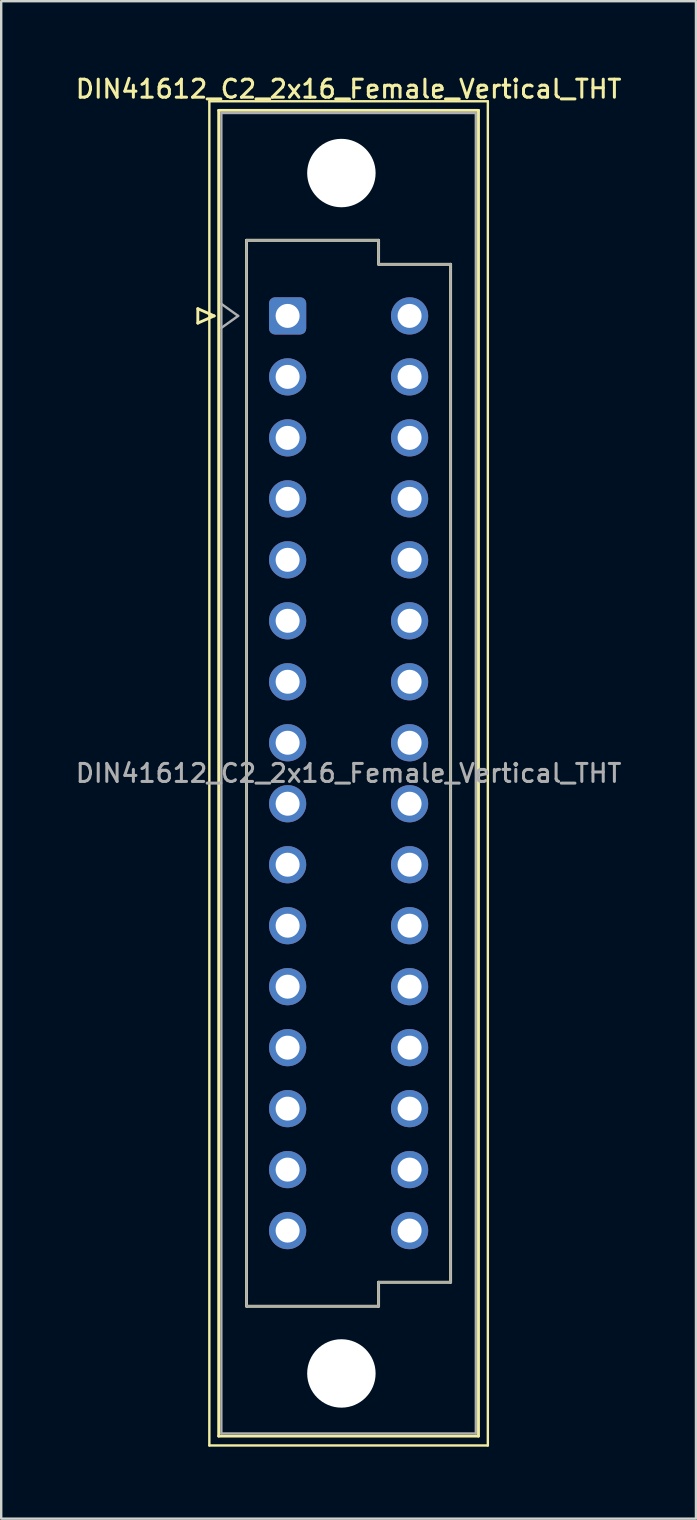
<source format=kicad_pcb>
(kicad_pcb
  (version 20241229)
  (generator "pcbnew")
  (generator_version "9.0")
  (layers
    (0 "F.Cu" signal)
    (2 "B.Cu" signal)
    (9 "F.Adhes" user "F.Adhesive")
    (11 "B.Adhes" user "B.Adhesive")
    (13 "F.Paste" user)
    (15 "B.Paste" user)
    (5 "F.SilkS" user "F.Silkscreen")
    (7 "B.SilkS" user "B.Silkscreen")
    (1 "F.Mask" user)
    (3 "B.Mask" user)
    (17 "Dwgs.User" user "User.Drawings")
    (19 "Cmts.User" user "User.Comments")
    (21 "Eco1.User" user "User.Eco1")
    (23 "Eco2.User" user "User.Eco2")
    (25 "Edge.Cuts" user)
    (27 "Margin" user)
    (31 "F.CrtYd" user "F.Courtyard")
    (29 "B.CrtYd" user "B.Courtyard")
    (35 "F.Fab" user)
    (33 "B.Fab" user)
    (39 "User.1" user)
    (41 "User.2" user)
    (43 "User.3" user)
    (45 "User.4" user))
  (footprint "DIN41612_C2_2x16_Female_Vertical_THT"
    (layer "F.Cu")
    (at 8.93 10.108)
    (property "Reference" "DIN41612_C2_2x16_Female_Vertical_THT" (at 2.54 -9.45 0) (layer "F.SilkS") (effects (font (size 0.75 0.75) (thickness 0.125))))
    (attr through_hole)
    (fp_line (start -3.74 -0.3) (end -3.74 0.3) (stroke (width 0.12) (type solid)) (layer "F.SilkS"))
    (fp_line (start -3.74 0.3) (end -3.06 0) (stroke (width 0.12) (type solid)) (layer "F.SilkS"))
    (fp_line (start -3.26 -8.94) (end 8.34 -8.94) (stroke (width 0.1) (type solid)) (layer "F.SilkS"))
    (fp_line (start -3.26 47.05) (end -3.26 -8.94) (stroke (width 0.1) (type solid)) (layer "F.SilkS"))
    (fp_line (start -3.06 0) (end -3.74 -0.3) (stroke (width 0.12) (type solid)) (layer "F.SilkS"))
    (fp_line (start -2.87 -8.56) (end 7.95 -8.56) (stroke (width 0.12) (type solid)) (layer "F.SilkS"))
    (fp_line (start -2.87 46.66) (end -2.87 -8.56) (stroke (width 0.12) (type solid)) (layer "F.SilkS"))
    (fp_line (start -1.71 -3.15) (end 3.79 -3.15) (stroke (width 0.12) (type solid)) (layer "F.SilkS"))
    (fp_line (start -1.71 41.25) (end -1.71 -3.15) (stroke (width 0.12) (type solid)) (layer "F.SilkS"))
    (fp_line (start 3.79 -3.15) (end 3.79 -2.15) (stroke (width 0.12) (type solid)) (layer "F.SilkS"))
    (fp_line (start 3.79 -2.15) (end 6.79 -2.15) (stroke (width 0.12) (type solid)) (layer "F.SilkS"))
    (fp_line (start 3.79 40.25) (end 3.79 41.25) (stroke (width 0.12) (type solid)) (layer "F.SilkS"))
    (fp_line (start 3.79 41.25) (end -1.71 41.25) (stroke (width 0.12) (type solid)) (layer "F.SilkS"))
    (fp_line (start 6.79 -2.15) (end 6.79 40.25) (stroke (width 0.12) (type solid)) (layer "F.SilkS"))
    (fp_line (start 6.79 40.25) (end 3.79 40.25) (stroke (width 0.12) (type solid)) (layer "F.SilkS"))
    (fp_line (start 7.95 -8.56) (end 7.95 46.66) (stroke (width 0.12) (type solid)) (layer "F.SilkS"))
    (fp_line (start 7.95 46.66) (end -2.87 46.66) (stroke (width 0.12) (type solid)) (layer "F.SilkS"))
    (fp_line (start 8.34 -8.94) (end 8.34 47.05) (stroke (width 0.1) (type solid)) (layer "F.SilkS"))
    (fp_line (start 8.34 47.05) (end -3.26 47.05) (stroke (width 0.1) (type solid)) (layer "F.SilkS"))
    (fp_line (start -2.76 -8.45) (end 7.84 -8.45) (stroke (width 0.1) (type solid)) (layer "F.Fab"))
    (fp_line (start -2.76 -0.5) (end -2.06 0) (stroke (width 0.1) (type solid)) (layer "F.Fab"))
    (fp_line (start -2.76 46.55) (end -2.76 -8.45) (stroke (width 0.1) (type solid)) (layer "F.Fab"))
    (fp_line (start -2.06 0) (end -2.76 0.5) (stroke (width 0.1) (type solid)) (layer "F.Fab"))
    (fp_line (start -1.71 -3.15) (end 3.79 -3.15) (stroke (width 0.1) (type solid)) (layer "F.Fab"))
    (fp_line (start -1.71 41.25) (end -1.71 -3.15) (stroke (width 0.1) (type solid)) (layer "F.Fab"))
    (fp_line (start 3.79 -3.15) (end 3.79 -2.15) (stroke (width 0.1) (type solid)) (layer "F.Fab"))
    (fp_line (start 3.79 -2.15) (end 6.79 -2.15) (stroke (width 0.1) (type solid)) (layer "F.Fab"))
    (fp_line (start 3.79 40.25) (end 3.79 41.25) (stroke (width 0.1) (type solid)) (layer "F.Fab"))
    (fp_line (start 3.79 41.25) (end -1.71 41.25) (stroke (width 0.1) (type solid)) (layer "F.Fab"))
    (fp_line (start 6.79 -2.15) (end 6.79 40.25) (stroke (width 0.1) (type solid)) (layer "F.Fab"))
    (fp_line (start 6.79 40.25) (end 3.79 40.25) (stroke (width 0.1) (type solid)) (layer "F.Fab"))
    (fp_line (start 7.84 -8.45) (end 7.84 46.55) (stroke (width 0.1) (type solid)) (layer "F.Fab"))
    (fp_line (start 7.84 46.55) (end -2.76 46.55) (stroke (width 0.1) (type solid)) (layer "F.Fab"))
    (fp_text user "${REFERENCE}" (at 2.54 19.05 0) (layer "F.Fab") (effects (font (size 0.75 0.75) (thickness 0.125))))
    (pad "" np_thru_hole circle (at 2.24 -5.95) (size 2.85 2.85) (drill 2.85) (layers "*.Cu" "*.Mask"))
    (pad "" np_thru_hole circle (at 2.24 44.05) (size 2.85 2.85) (drill 2.85) (layers "*.Cu" "*.Mask"))
    (pad "a1" thru_hole roundrect (at 0 0) (size 1.55 1.55) (drill 1) (layers "*.Cu" "*.Mask") (roundrect_rratio 0.161))
    (pad "a2" thru_hole circle (at 0 2.54) (size 1.55 1.55) (drill 1) (layers "*.Cu" "*.Mask"))
    (pad "a3" thru_hole circle (at 0 5.08) (size 1.55 1.55) (drill 1) (layers "*.Cu" "*.Mask"))
    (pad "a4" thru_hole circle (at 0 7.62) (size 1.55 1.55) (drill 1) (layers "*.Cu" "*.Mask"))
    (pad "a5" thru_hole circle (at 0 10.16) (size 1.55 1.55) (drill 1) (layers "*.Cu" "*.Mask"))
    (pad "a6" thru_hole circle (at 0 12.7) (size 1.55 1.55) (drill 1) (layers "*.Cu" "*.Mask"))
    (pad "a7" thru_hole circle (at 0 15.24) (size 1.55 1.55) (drill 1) (layers "*.Cu" "*.Mask"))
    (pad "a8" thru_hole circle (at 0 17.78) (size 1.55 1.55) (drill 1) (layers "*.Cu" "*.Mask"))
    (pad "a9" thru_hole circle (at 0 20.32) (size 1.55 1.55) (drill 1) (layers "*.Cu" "*.Mask"))
    (pad "a10" thru_hole circle (at 0 22.86) (size 1.55 1.55) (drill 1) (layers "*.Cu" "*.Mask"))
    (pad "a11" thru_hole circle (at 0 25.4) (size 1.55 1.55) (drill 1) (layers "*.Cu" "*.Mask"))
    (pad "a12" thru_hole circle (at 0 27.94) (size 1.55 1.55) (drill 1) (layers "*.Cu" "*.Mask"))
    (pad "a13" thru_hole circle (at 0 30.48) (size 1.55 1.55) (drill 1) (layers "*.Cu" "*.Mask"))
    (pad "a14" thru_hole circle (at 0 33.02) (size 1.55 1.55) (drill 1) (layers "*.Cu" "*.Mask"))
    (pad "a15" thru_hole circle (at 0 35.56) (size 1.55 1.55) (drill 1) (layers "*.Cu" "*.Mask"))
    (pad "a16" thru_hole circle (at 0 38.1) (size 1.55 1.55) (drill 1) (layers "*.Cu" "*.Mask"))
    (pad "c1" thru_hole circle (at 5.08 0) (size 1.55 1.55) (drill 1) (layers "*.Cu" "*.Mask"))
    (pad "c2" thru_hole circle (at 5.08 2.54) (size 1.55 1.55) (drill 1) (layers "*.Cu" "*.Mask"))
    (pad "c3" thru_hole circle (at 5.08 5.08) (size 1.55 1.55) (drill 1) (layers "*.Cu" "*.Mask"))
    (pad "c4" thru_hole circle (at 5.08 7.62) (size 1.55 1.55) (drill 1) (layers "*.Cu" "*.Mask"))
    (pad "c5" thru_hole circle (at 5.08 10.16) (size 1.55 1.55) (drill 1) (layers "*.Cu" "*.Mask"))
    (pad "c6" thru_hole circle (at 5.08 12.7) (size 1.55 1.55) (drill 1) (layers "*.Cu" "*.Mask"))
    (pad "c7" thru_hole circle (at 5.08 15.24) (size 1.55 1.55) (drill 1) (layers "*.Cu" "*.Mask"))
    (pad "c8" thru_hole circle (at 5.08 17.78) (size 1.55 1.55) (drill 1) (layers "*.Cu" "*.Mask"))
    (pad "c9" thru_hole circle (at 5.08 20.32) (size 1.55 1.55) (drill 1) (layers "*.Cu" "*.Mask"))
    (pad "c10" thru_hole circle (at 5.08 22.86) (size 1.55 1.55) (drill 1) (layers "*.Cu" "*.Mask"))
    (pad "c11" thru_hole circle (at 5.08 25.4) (size 1.55 1.55) (drill 1) (layers "*.Cu" "*.Mask"))
    (pad "c12" thru_hole circle (at 5.08 27.94) (size 1.55 1.55) (drill 1) (layers "*.Cu" "*.Mask"))
    (pad "c13" thru_hole circle (at 5.08 30.48) (size 1.55 1.55) (drill 1) (layers "*.Cu" "*.Mask"))
    (pad "c14" thru_hole circle (at 5.08 33.02) (size 1.55 1.55) (drill 1) (layers "*.Cu" "*.Mask"))
    (pad "c15" thru_hole circle (at 5.08 35.56) (size 1.55 1.55) (drill 1) (layers "*.Cu" "*.Mask"))
    (pad "c16" thru_hole circle (at 5.08 38.1) (size 1.55 1.55) (drill 1) (layers "*.Cu" "*.Mask")))
  (gr_rect
    (start -3 -3)
    (end 25.939 60.208)
    (stroke (width 0.1) (type default))
    (fill no)
    (layer "Edge.Cuts")))
</source>
